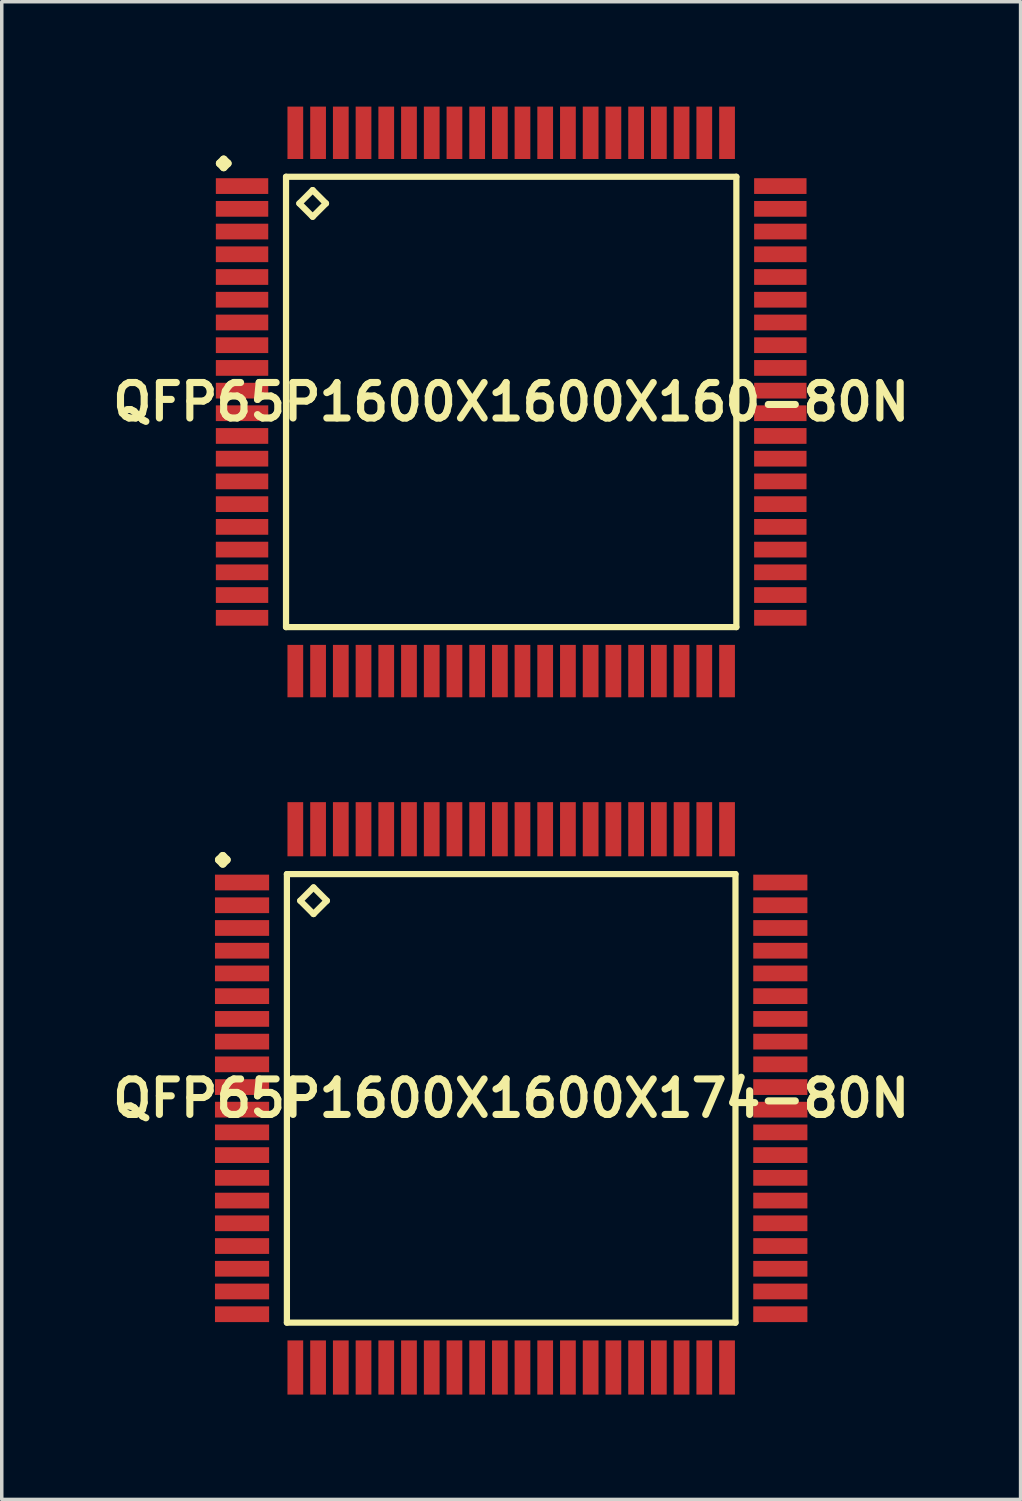
<source format=kicad_pcb>
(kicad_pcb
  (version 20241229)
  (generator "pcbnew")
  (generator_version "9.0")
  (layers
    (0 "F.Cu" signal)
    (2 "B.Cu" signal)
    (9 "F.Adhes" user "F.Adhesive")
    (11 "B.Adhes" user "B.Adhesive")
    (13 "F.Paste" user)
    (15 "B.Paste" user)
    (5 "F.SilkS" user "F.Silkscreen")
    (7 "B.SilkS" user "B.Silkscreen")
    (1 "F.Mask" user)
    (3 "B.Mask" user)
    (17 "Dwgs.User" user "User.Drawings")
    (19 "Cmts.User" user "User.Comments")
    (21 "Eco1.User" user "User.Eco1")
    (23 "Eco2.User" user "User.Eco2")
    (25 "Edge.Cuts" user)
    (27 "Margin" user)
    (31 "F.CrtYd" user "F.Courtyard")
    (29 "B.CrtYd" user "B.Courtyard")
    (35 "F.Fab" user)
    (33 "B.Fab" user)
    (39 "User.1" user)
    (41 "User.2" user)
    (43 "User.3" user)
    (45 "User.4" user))
  (footprint "QFP65P1600X1600X174-80N"
    (layer "F.Cu")
    (at 11.573 28.37)
    (property "Reference" "QFP65P1600X1600X174-80N" (at 0 0 0) (layer "F.SilkS") (effects (font (size 1.016 1.016) (thickness 0.203))))
    (attr smd)
    (fp_line (start -8.362 -6.825) (end -8.25 -6.937) (stroke (width 0.224) (type solid)) (layer "F.SilkS"))
    (fp_line (start -8.25 -6.937) (end -8.136 -6.825) (stroke (width 0.224) (type solid)) (layer "F.SilkS"))
    (fp_line (start -8.25 -6.711) (end -8.362 -6.825) (stroke (width 0.224) (type solid)) (layer "F.SilkS"))
    (fp_line (start -8.136 -6.825) (end -8.25 -6.711) (stroke (width 0.224) (type solid)) (layer "F.SilkS"))
    (fp_line (start -6.416 -6.416) (end -6.416 6.416) (stroke (width 0.178) (type solid)) (layer "F.SilkS"))
    (fp_line (start -6.416 6.416) (end 6.416 6.416) (stroke (width 0.178) (type solid)) (layer "F.SilkS"))
    (fp_line (start -6.035 -5.654) (end -5.654 -6.035) (stroke (width 0.178) (type solid)) (layer "F.SilkS"))
    (fp_line (start -5.654 -6.035) (end -5.273 -5.654) (stroke (width 0.178) (type solid)) (layer "F.SilkS"))
    (fp_line (start -5.654 -5.273) (end -6.035 -5.654) (stroke (width 0.178) (type solid)) (layer "F.SilkS"))
    (fp_line (start -5.273 -5.654) (end -5.654 -5.273) (stroke (width 0.178) (type solid)) (layer "F.SilkS"))
    (fp_line (start 6.416 -6.416) (end -6.416 -6.416) (stroke (width 0.178) (type solid)) (layer "F.SilkS"))
    (fp_line (start 6.416 6.416) (end 6.416 -6.416) (stroke (width 0.178) (type solid)) (layer "F.SilkS"))
    (pad "1" smd rect (at -7.699 -6.175) (size 1.549 0.45) (layers "F.Cu" "F.Mask" "F.Paste"))
    (pad "2" smd rect (at -7.699 -5.524) (size 1.549 0.45) (layers "F.Cu" "F.Mask" "F.Paste"))
    (pad "3" smd rect (at -7.699 -4.874) (size 1.549 0.45) (layers "F.Cu" "F.Mask" "F.Paste"))
    (pad "4" smd rect (at -7.699 -4.224) (size 1.549 0.45) (layers "F.Cu" "F.Mask" "F.Paste"))
    (pad "5" smd rect (at -7.699 -3.574) (size 1.549 0.45) (layers "F.Cu" "F.Mask" "F.Paste"))
    (pad "6" smd rect (at -7.699 -2.924) (size 1.549 0.45) (layers "F.Cu" "F.Mask" "F.Paste"))
    (pad "7" smd rect (at -7.699 -2.273) (size 1.549 0.45) (layers "F.Cu" "F.Mask" "F.Paste"))
    (pad "8" smd rect (at -7.699 -1.623) (size 1.549 0.45) (layers "F.Cu" "F.Mask" "F.Paste"))
    (pad "9" smd rect (at -7.699 -0.973) (size 1.549 0.45) (layers "F.Cu" "F.Mask" "F.Paste"))
    (pad "10" smd rect (at -7.699 -0.323) (size 1.549 0.45) (layers "F.Cu" "F.Mask" "F.Paste"))
    (pad "11" smd rect (at -7.699 0.323) (size 1.549 0.45) (layers "F.Cu" "F.Mask" "F.Paste"))
    (pad "12" smd rect (at -7.699 0.973) (size 1.549 0.45) (layers "F.Cu" "F.Mask" "F.Paste"))
    (pad "13" smd rect (at -7.699 1.623) (size 1.549 0.45) (layers "F.Cu" "F.Mask" "F.Paste"))
    (pad "14" smd rect (at -7.699 2.273) (size 1.549 0.45) (layers "F.Cu" "F.Mask" "F.Paste"))
    (pad "15" smd rect (at -7.699 2.924) (size 1.549 0.45) (layers "F.Cu" "F.Mask" "F.Paste"))
    (pad "16" smd rect (at -7.699 3.574) (size 1.549 0.45) (layers "F.Cu" "F.Mask" "F.Paste"))
    (pad "17" smd rect (at -7.699 4.224) (size 1.549 0.45) (layers "F.Cu" "F.Mask" "F.Paste"))
    (pad "18" smd rect (at -7.699 4.874) (size 1.549 0.45) (layers "F.Cu" "F.Mask" "F.Paste"))
    (pad "19" smd rect (at -7.699 5.524) (size 1.549 0.45) (layers "F.Cu" "F.Mask" "F.Paste"))
    (pad "20" smd rect (at -7.699 6.175) (size 1.549 0.45) (layers "F.Cu" "F.Mask" "F.Paste"))
    (pad "21" smd rect (at -6.175 7.699) (size 0.45 1.549) (layers "F.Cu" "F.Mask" "F.Paste"))
    (pad "22" smd rect (at -5.524 7.699) (size 0.45 1.549) (layers "F.Cu" "F.Mask" "F.Paste"))
    (pad "23" smd rect (at -4.874 7.699) (size 0.45 1.549) (layers "F.Cu" "F.Mask" "F.Paste"))
    (pad "24" smd rect (at -4.224 7.699) (size 0.45 1.549) (layers "F.Cu" "F.Mask" "F.Paste"))
    (pad "25" smd rect (at -3.574 7.699) (size 0.45 1.549) (layers "F.Cu" "F.Mask" "F.Paste"))
    (pad "26" smd rect (at -2.924 7.699) (size 0.45 1.549) (layers "F.Cu" "F.Mask" "F.Paste"))
    (pad "27" smd rect (at -2.273 7.699) (size 0.45 1.549) (layers "F.Cu" "F.Mask" "F.Paste"))
    (pad "28" smd rect (at -1.623 7.699) (size 0.45 1.549) (layers "F.Cu" "F.Mask" "F.Paste"))
    (pad "29" smd rect (at -0.973 7.699) (size 0.45 1.549) (layers "F.Cu" "F.Mask" "F.Paste"))
    (pad "30" smd rect (at -0.323 7.699) (size 0.45 1.549) (layers "F.Cu" "F.Mask" "F.Paste"))
    (pad "31" smd rect (at 0.323 7.699) (size 0.45 1.549) (layers "F.Cu" "F.Mask" "F.Paste"))
    (pad "32" smd rect (at 0.973 7.699) (size 0.45 1.549) (layers "F.Cu" "F.Mask" "F.Paste"))
    (pad "33" smd rect (at 1.623 7.699) (size 0.45 1.549) (layers "F.Cu" "F.Mask" "F.Paste"))
    (pad "34" smd rect (at 2.273 7.699) (size 0.45 1.549) (layers "F.Cu" "F.Mask" "F.Paste"))
    (pad "35" smd rect (at 2.924 7.699) (size 0.45 1.549) (layers "F.Cu" "F.Mask" "F.Paste"))
    (pad "36" smd rect (at 3.574 7.699) (size 0.45 1.549) (layers "F.Cu" "F.Mask" "F.Paste"))
    (pad "37" smd rect (at 4.224 7.699) (size 0.45 1.549) (layers "F.Cu" "F.Mask" "F.Paste"))
    (pad "38" smd rect (at 4.874 7.699) (size 0.45 1.549) (layers "F.Cu" "F.Mask" "F.Paste"))
    (pad "39" smd rect (at 5.524 7.699) (size 0.45 1.549) (layers "F.Cu" "F.Mask" "F.Paste"))
    (pad "40" smd rect (at 6.175 7.699) (size 0.45 1.549) (layers "F.Cu" "F.Mask" "F.Paste"))
    (pad "41" smd rect (at 7.699 6.175) (size 1.549 0.45) (layers "F.Cu" "F.Mask" "F.Paste"))
    (pad "42" smd rect (at 7.699 5.524) (size 1.549 0.45) (layers "F.Cu" "F.Mask" "F.Paste"))
    (pad "43" smd rect (at 7.699 4.874) (size 1.549 0.45) (layers "F.Cu" "F.Mask" "F.Paste"))
    (pad "44" smd rect (at 7.699 4.224) (size 1.549 0.45) (layers "F.Cu" "F.Mask" "F.Paste"))
    (pad "45" smd rect (at 7.699 3.574) (size 1.549 0.45) (layers "F.Cu" "F.Mask" "F.Paste"))
    (pad "46" smd rect (at 7.699 2.924) (size 1.549 0.45) (layers "F.Cu" "F.Mask" "F.Paste"))
    (pad "47" smd rect (at 7.699 2.273) (size 1.549 0.45) (layers "F.Cu" "F.Mask" "F.Paste"))
    (pad "48" smd rect (at 7.699 1.623) (size 1.549 0.45) (layers "F.Cu" "F.Mask" "F.Paste"))
    (pad "49" smd rect (at 7.699 0.973) (size 1.549 0.45) (layers "F.Cu" "F.Mask" "F.Paste"))
    (pad "50" smd rect (at 7.699 0.323) (size 1.549 0.45) (layers "F.Cu" "F.Mask" "F.Paste"))
    (pad "51" smd rect (at 7.699 -0.323) (size 1.549 0.45) (layers "F.Cu" "F.Mask" "F.Paste"))
    (pad "52" smd rect (at 7.699 -0.973) (size 1.549 0.45) (layers "F.Cu" "F.Mask" "F.Paste"))
    (pad "53" smd rect (at 7.699 -1.623) (size 1.549 0.45) (layers "F.Cu" "F.Mask" "F.Paste"))
    (pad "54" smd rect (at 7.699 -2.273) (size 1.549 0.45) (layers "F.Cu" "F.Mask" "F.Paste"))
    (pad "55" smd rect (at 7.699 -2.924) (size 1.549 0.45) (layers "F.Cu" "F.Mask" "F.Paste"))
    (pad "56" smd rect (at 7.699 -3.574) (size 1.549 0.45) (layers "F.Cu" "F.Mask" "F.Paste"))
    (pad "57" smd rect (at 7.699 -4.224) (size 1.549 0.45) (layers "F.Cu" "F.Mask" "F.Paste"))
    (pad "58" smd rect (at 7.699 -4.874) (size 1.549 0.45) (layers "F.Cu" "F.Mask" "F.Paste"))
    (pad "59" smd rect (at 7.699 -5.524) (size 1.549 0.45) (layers "F.Cu" "F.Mask" "F.Paste"))
    (pad "60" smd rect (at 7.699 -6.175) (size 1.549 0.45) (layers "F.Cu" "F.Mask" "F.Paste"))
    (pad "61" smd rect (at 6.175 -7.699) (size 0.45 1.549) (layers "F.Cu" "F.Mask" "F.Paste"))
    (pad "62" smd rect (at 5.524 -7.699) (size 0.45 1.549) (layers "F.Cu" "F.Mask" "F.Paste"))
    (pad "63" smd rect (at 4.874 -7.699) (size 0.45 1.549) (layers "F.Cu" "F.Mask" "F.Paste"))
    (pad "64" smd rect (at 4.224 -7.699) (size 0.45 1.549) (layers "F.Cu" "F.Mask" "F.Paste"))
    (pad "65" smd rect (at 3.574 -7.699) (size 0.45 1.549) (layers "F.Cu" "F.Mask" "F.Paste"))
    (pad "66" smd rect (at 2.924 -7.699) (size 0.45 1.549) (layers "F.Cu" "F.Mask" "F.Paste"))
    (pad "67" smd rect (at 2.273 -7.699) (size 0.45 1.549) (layers "F.Cu" "F.Mask" "F.Paste"))
    (pad "68" smd rect (at 1.623 -7.699) (size 0.45 1.549) (layers "F.Cu" "F.Mask" "F.Paste"))
    (pad "69" smd rect (at 0.973 -7.699) (size 0.45 1.549) (layers "F.Cu" "F.Mask" "F.Paste"))
    (pad "70" smd rect (at 0.323 -7.699) (size 0.45 1.549) (layers "F.Cu" "F.Mask" "F.Paste"))
    (pad "71" smd rect (at -0.323 -7.699) (size 0.45 1.549) (layers "F.Cu" "F.Mask" "F.Paste"))
    (pad "72" smd rect (at -0.973 -7.699) (size 0.45 1.549) (layers "F.Cu" "F.Mask" "F.Paste"))
    (pad "73" smd rect (at -1.623 -7.699) (size 0.45 1.549) (layers "F.Cu" "F.Mask" "F.Paste"))
    (pad "74" smd rect (at -2.273 -7.699) (size 0.45 1.549) (layers "F.Cu" "F.Mask" "F.Paste"))
    (pad "75" smd rect (at -2.924 -7.699) (size 0.45 1.549) (layers "F.Cu" "F.Mask" "F.Paste"))
    (pad "76" smd rect (at -3.574 -7.699) (size 0.45 1.549) (layers "F.Cu" "F.Mask" "F.Paste"))
    (pad "77" smd rect (at -4.224 -7.699) (size 0.45 1.549) (layers "F.Cu" "F.Mask" "F.Paste"))
    (pad "78" smd rect (at -4.874 -7.699) (size 0.45 1.549) (layers "F.Cu" "F.Mask" "F.Paste"))
    (pad "79" smd rect (at -5.524 -7.699) (size 0.45 1.549) (layers "F.Cu" "F.Mask" "F.Paste"))
    (pad "80" smd rect (at -6.175 -7.699) (size 0.45 1.549) (layers "F.Cu" "F.Mask" "F.Paste")))
  (footprint "QFP65P1600X1600X160-80N"
    (layer "F.Cu")
    (at 11.573 8.448)
    (property "Reference" "QFP65P1600X1600X160-80N" (at 0 0 0) (layer "F.SilkS") (effects (font (size 1.016 1.016) (thickness 0.203))))
    (attr smd)
    (fp_line (start -8.336 -6.825) (end -8.225 -6.937) (stroke (width 0.224) (type solid)) (layer "F.SilkS"))
    (fp_line (start -8.225 -6.937) (end -8.11 -6.825) (stroke (width 0.224) (type solid)) (layer "F.SilkS"))
    (fp_line (start -8.225 -6.711) (end -8.336 -6.825) (stroke (width 0.224) (type solid)) (layer "F.SilkS"))
    (fp_line (start -8.11 -6.825) (end -8.225 -6.711) (stroke (width 0.224) (type solid)) (layer "F.SilkS"))
    (fp_line (start -6.441 -6.441) (end -6.441 6.441) (stroke (width 0.178) (type solid)) (layer "F.SilkS"))
    (fp_line (start -6.441 6.441) (end 6.441 6.441) (stroke (width 0.178) (type solid)) (layer "F.SilkS"))
    (fp_line (start -6.06 -5.679) (end -5.679 -6.06) (stroke (width 0.178) (type solid)) (layer "F.SilkS"))
    (fp_line (start -5.679 -6.06) (end -5.298 -5.679) (stroke (width 0.178) (type solid)) (layer "F.SilkS"))
    (fp_line (start -5.679 -5.298) (end -6.06 -5.679) (stroke (width 0.178) (type solid)) (layer "F.SilkS"))
    (fp_line (start -5.298 -5.679) (end -5.679 -5.298) (stroke (width 0.178) (type solid)) (layer "F.SilkS"))
    (fp_line (start 6.441 -6.441) (end -6.441 -6.441) (stroke (width 0.178) (type solid)) (layer "F.SilkS"))
    (fp_line (start 6.441 6.441) (end 6.441 -6.441) (stroke (width 0.178) (type solid)) (layer "F.SilkS"))
    (pad "1" smd rect (at -7.699 -6.175) (size 1.499 0.45) (layers "F.Cu" "F.Mask" "F.Paste"))
    (pad "2" smd rect (at -7.699 -5.524) (size 1.499 0.45) (layers "F.Cu" "F.Mask" "F.Paste"))
    (pad "3" smd rect (at -7.699 -4.874) (size 1.499 0.45) (layers "F.Cu" "F.Mask" "F.Paste"))
    (pad "4" smd rect (at -7.699 -4.224) (size 1.499 0.45) (layers "F.Cu" "F.Mask" "F.Paste"))
    (pad "5" smd rect (at -7.699 -3.574) (size 1.499 0.45) (layers "F.Cu" "F.Mask" "F.Paste"))
    (pad "6" smd rect (at -7.699 -2.924) (size 1.499 0.45) (layers "F.Cu" "F.Mask" "F.Paste"))
    (pad "7" smd rect (at -7.699 -2.273) (size 1.499 0.45) (layers "F.Cu" "F.Mask" "F.Paste"))
    (pad "8" smd rect (at -7.699 -1.623) (size 1.499 0.45) (layers "F.Cu" "F.Mask" "F.Paste"))
    (pad "9" smd rect (at -7.699 -0.973) (size 1.499 0.45) (layers "F.Cu" "F.Mask" "F.Paste"))
    (pad "10" smd rect (at -7.699 -0.323) (size 1.499 0.45) (layers "F.Cu" "F.Mask" "F.Paste"))
    (pad "11" smd rect (at -7.699 0.323) (size 1.499 0.45) (layers "F.Cu" "F.Mask" "F.Paste"))
    (pad "12" smd rect (at -7.699 0.973) (size 1.499 0.45) (layers "F.Cu" "F.Mask" "F.Paste"))
    (pad "13" smd rect (at -7.699 1.623) (size 1.499 0.45) (layers "F.Cu" "F.Mask" "F.Paste"))
    (pad "14" smd rect (at -7.699 2.273) (size 1.499 0.45) (layers "F.Cu" "F.Mask" "F.Paste"))
    (pad "15" smd rect (at -7.699 2.924) (size 1.499 0.45) (layers "F.Cu" "F.Mask" "F.Paste"))
    (pad "16" smd rect (at -7.699 3.574) (size 1.499 0.45) (layers "F.Cu" "F.Mask" "F.Paste"))
    (pad "17" smd rect (at -7.699 4.224) (size 1.499 0.45) (layers "F.Cu" "F.Mask" "F.Paste"))
    (pad "18" smd rect (at -7.699 4.874) (size 1.499 0.45) (layers "F.Cu" "F.Mask" "F.Paste"))
    (pad "19" smd rect (at -7.699 5.524) (size 1.499 0.45) (layers "F.Cu" "F.Mask" "F.Paste"))
    (pad "20" smd rect (at -7.699 6.175) (size 1.499 0.45) (layers "F.Cu" "F.Mask" "F.Paste"))
    (pad "21" smd rect (at -6.175 7.699) (size 0.45 1.499) (layers "F.Cu" "F.Mask" "F.Paste"))
    (pad "22" smd rect (at -5.524 7.699) (size 0.45 1.499) (layers "F.Cu" "F.Mask" "F.Paste"))
    (pad "23" smd rect (at -4.874 7.699) (size 0.45 1.499) (layers "F.Cu" "F.Mask" "F.Paste"))
    (pad "24" smd rect (at -4.224 7.699) (size 0.45 1.499) (layers "F.Cu" "F.Mask" "F.Paste"))
    (pad "25" smd rect (at -3.574 7.699) (size 0.45 1.499) (layers "F.Cu" "F.Mask" "F.Paste"))
    (pad "26" smd rect (at -2.924 7.699) (size 0.45 1.499) (layers "F.Cu" "F.Mask" "F.Paste"))
    (pad "27" smd rect (at -2.273 7.699) (size 0.45 1.499) (layers "F.Cu" "F.Mask" "F.Paste"))
    (pad "28" smd rect (at -1.623 7.699) (size 0.45 1.499) (layers "F.Cu" "F.Mask" "F.Paste"))
    (pad "29" smd rect (at -0.973 7.699) (size 0.45 1.499) (layers "F.Cu" "F.Mask" "F.Paste"))
    (pad "30" smd rect (at -0.323 7.699) (size 0.45 1.499) (layers "F.Cu" "F.Mask" "F.Paste"))
    (pad "31" smd rect (at 0.323 7.699) (size 0.45 1.499) (layers "F.Cu" "F.Mask" "F.Paste"))
    (pad "32" smd rect (at 0.973 7.699) (size 0.45 1.499) (layers "F.Cu" "F.Mask" "F.Paste"))
    (pad "33" smd rect (at 1.623 7.699) (size 0.45 1.499) (layers "F.Cu" "F.Mask" "F.Paste"))
    (pad "34" smd rect (at 2.273 7.699) (size 0.45 1.499) (layers "F.Cu" "F.Mask" "F.Paste"))
    (pad "35" smd rect (at 2.924 7.699) (size 0.45 1.499) (layers "F.Cu" "F.Mask" "F.Paste"))
    (pad "36" smd rect (at 3.574 7.699) (size 0.45 1.499) (layers "F.Cu" "F.Mask" "F.Paste"))
    (pad "37" smd rect (at 4.224 7.699) (size 0.45 1.499) (layers "F.Cu" "F.Mask" "F.Paste"))
    (pad "38" smd rect (at 4.874 7.699) (size 0.45 1.499) (layers "F.Cu" "F.Mask" "F.Paste"))
    (pad "39" smd rect (at 5.524 7.699) (size 0.45 1.499) (layers "F.Cu" "F.Mask" "F.Paste"))
    (pad "40" smd rect (at 6.175 7.699) (size 0.45 1.499) (layers "F.Cu" "F.Mask" "F.Paste"))
    (pad "41" smd rect (at 7.699 6.175) (size 1.499 0.45) (layers "F.Cu" "F.Mask" "F.Paste"))
    (pad "42" smd rect (at 7.699 5.524) (size 1.499 0.45) (layers "F.Cu" "F.Mask" "F.Paste"))
    (pad "43" smd rect (at 7.699 4.874) (size 1.499 0.45) (layers "F.Cu" "F.Mask" "F.Paste"))
    (pad "44" smd rect (at 7.699 4.224) (size 1.499 0.45) (layers "F.Cu" "F.Mask" "F.Paste"))
    (pad "45" smd rect (at 7.699 3.574) (size 1.499 0.45) (layers "F.Cu" "F.Mask" "F.Paste"))
    (pad "46" smd rect (at 7.699 2.924) (size 1.499 0.45) (layers "F.Cu" "F.Mask" "F.Paste"))
    (pad "47" smd rect (at 7.699 2.273) (size 1.499 0.45) (layers "F.Cu" "F.Mask" "F.Paste"))
    (pad "48" smd rect (at 7.699 1.623) (size 1.499 0.45) (layers "F.Cu" "F.Mask" "F.Paste"))
    (pad "49" smd rect (at 7.699 0.973) (size 1.499 0.45) (layers "F.Cu" "F.Mask" "F.Paste"))
    (pad "50" smd rect (at 7.699 0.323) (size 1.499 0.45) (layers "F.Cu" "F.Mask" "F.Paste"))
    (pad "51" smd rect (at 7.699 -0.323) (size 1.499 0.45) (layers "F.Cu" "F.Mask" "F.Paste"))
    (pad "52" smd rect (at 7.699 -0.973) (size 1.499 0.45) (layers "F.Cu" "F.Mask" "F.Paste"))
    (pad "53" smd rect (at 7.699 -1.623) (size 1.499 0.45) (layers "F.Cu" "F.Mask" "F.Paste"))
    (pad "54" smd rect (at 7.699 -2.273) (size 1.499 0.45) (layers "F.Cu" "F.Mask" "F.Paste"))
    (pad "55" smd rect (at 7.699 -2.924) (size 1.499 0.45) (layers "F.Cu" "F.Mask" "F.Paste"))
    (pad "56" smd rect (at 7.699 -3.574) (size 1.499 0.45) (layers "F.Cu" "F.Mask" "F.Paste"))
    (pad "57" smd rect (at 7.699 -4.224) (size 1.499 0.45) (layers "F.Cu" "F.Mask" "F.Paste"))
    (pad "58" smd rect (at 7.699 -4.874) (size 1.499 0.45) (layers "F.Cu" "F.Mask" "F.Paste"))
    (pad "59" smd rect (at 7.699 -5.524) (size 1.499 0.45) (layers "F.Cu" "F.Mask" "F.Paste"))
    (pad "60" smd rect (at 7.699 -6.175) (size 1.499 0.45) (layers "F.Cu" "F.Mask" "F.Paste"))
    (pad "61" smd rect (at 6.175 -7.699) (size 0.45 1.499) (layers "F.Cu" "F.Mask" "F.Paste"))
    (pad "62" smd rect (at 5.524 -7.699) (size 0.45 1.499) (layers "F.Cu" "F.Mask" "F.Paste"))
    (pad "63" smd rect (at 4.874 -7.699) (size 0.45 1.499) (layers "F.Cu" "F.Mask" "F.Paste"))
    (pad "64" smd rect (at 4.224 -7.699) (size 0.45 1.499) (layers "F.Cu" "F.Mask" "F.Paste"))
    (pad "65" smd rect (at 3.574 -7.699) (size 0.45 1.499) (layers "F.Cu" "F.Mask" "F.Paste"))
    (pad "66" smd rect (at 2.924 -7.699) (size 0.45 1.499) (layers "F.Cu" "F.Mask" "F.Paste"))
    (pad "67" smd rect (at 2.273 -7.699) (size 0.45 1.499) (layers "F.Cu" "F.Mask" "F.Paste"))
    (pad "68" smd rect (at 1.623 -7.699) (size 0.45 1.499) (layers "F.Cu" "F.Mask" "F.Paste"))
    (pad "69" smd rect (at 0.973 -7.699) (size 0.45 1.499) (layers "F.Cu" "F.Mask" "F.Paste"))
    (pad "70" smd rect (at 0.323 -7.699) (size 0.45 1.499) (layers "F.Cu" "F.Mask" "F.Paste"))
    (pad "71" smd rect (at -0.323 -7.699) (size 0.45 1.499) (layers "F.Cu" "F.Mask" "F.Paste"))
    (pad "72" smd rect (at -0.973 -7.699) (size 0.45 1.499) (layers "F.Cu" "F.Mask" "F.Paste"))
    (pad "73" smd rect (at -1.623 -7.699) (size 0.45 1.499) (layers "F.Cu" "F.Mask" "F.Paste"))
    (pad "74" smd rect (at -2.273 -7.699) (size 0.45 1.499) (layers "F.Cu" "F.Mask" "F.Paste"))
    (pad "75" smd rect (at -2.924 -7.699) (size 0.45 1.499) (layers "F.Cu" "F.Mask" "F.Paste"))
    (pad "76" smd rect (at -3.574 -7.699) (size 0.45 1.499) (layers "F.Cu" "F.Mask" "F.Paste"))
    (pad "77" smd rect (at -4.224 -7.699) (size 0.45 1.499) (layers "F.Cu" "F.Mask" "F.Paste"))
    (pad "78" smd rect (at -4.874 -7.699) (size 0.45 1.499) (layers "F.Cu" "F.Mask" "F.Paste"))
    (pad "79" smd rect (at -5.524 -7.699) (size 0.45 1.499) (layers "F.Cu" "F.Mask" "F.Paste"))
    (pad "80" smd rect (at -6.175 -7.699) (size 0.45 1.499) (layers "F.Cu" "F.Mask" "F.Paste")))
  (gr_rect
    (start -3 -3)
    (end 26.145 39.843)
    (stroke (width 0.1) (type default))
    (fill no)
    (layer "Edge.Cuts")))
</source>
